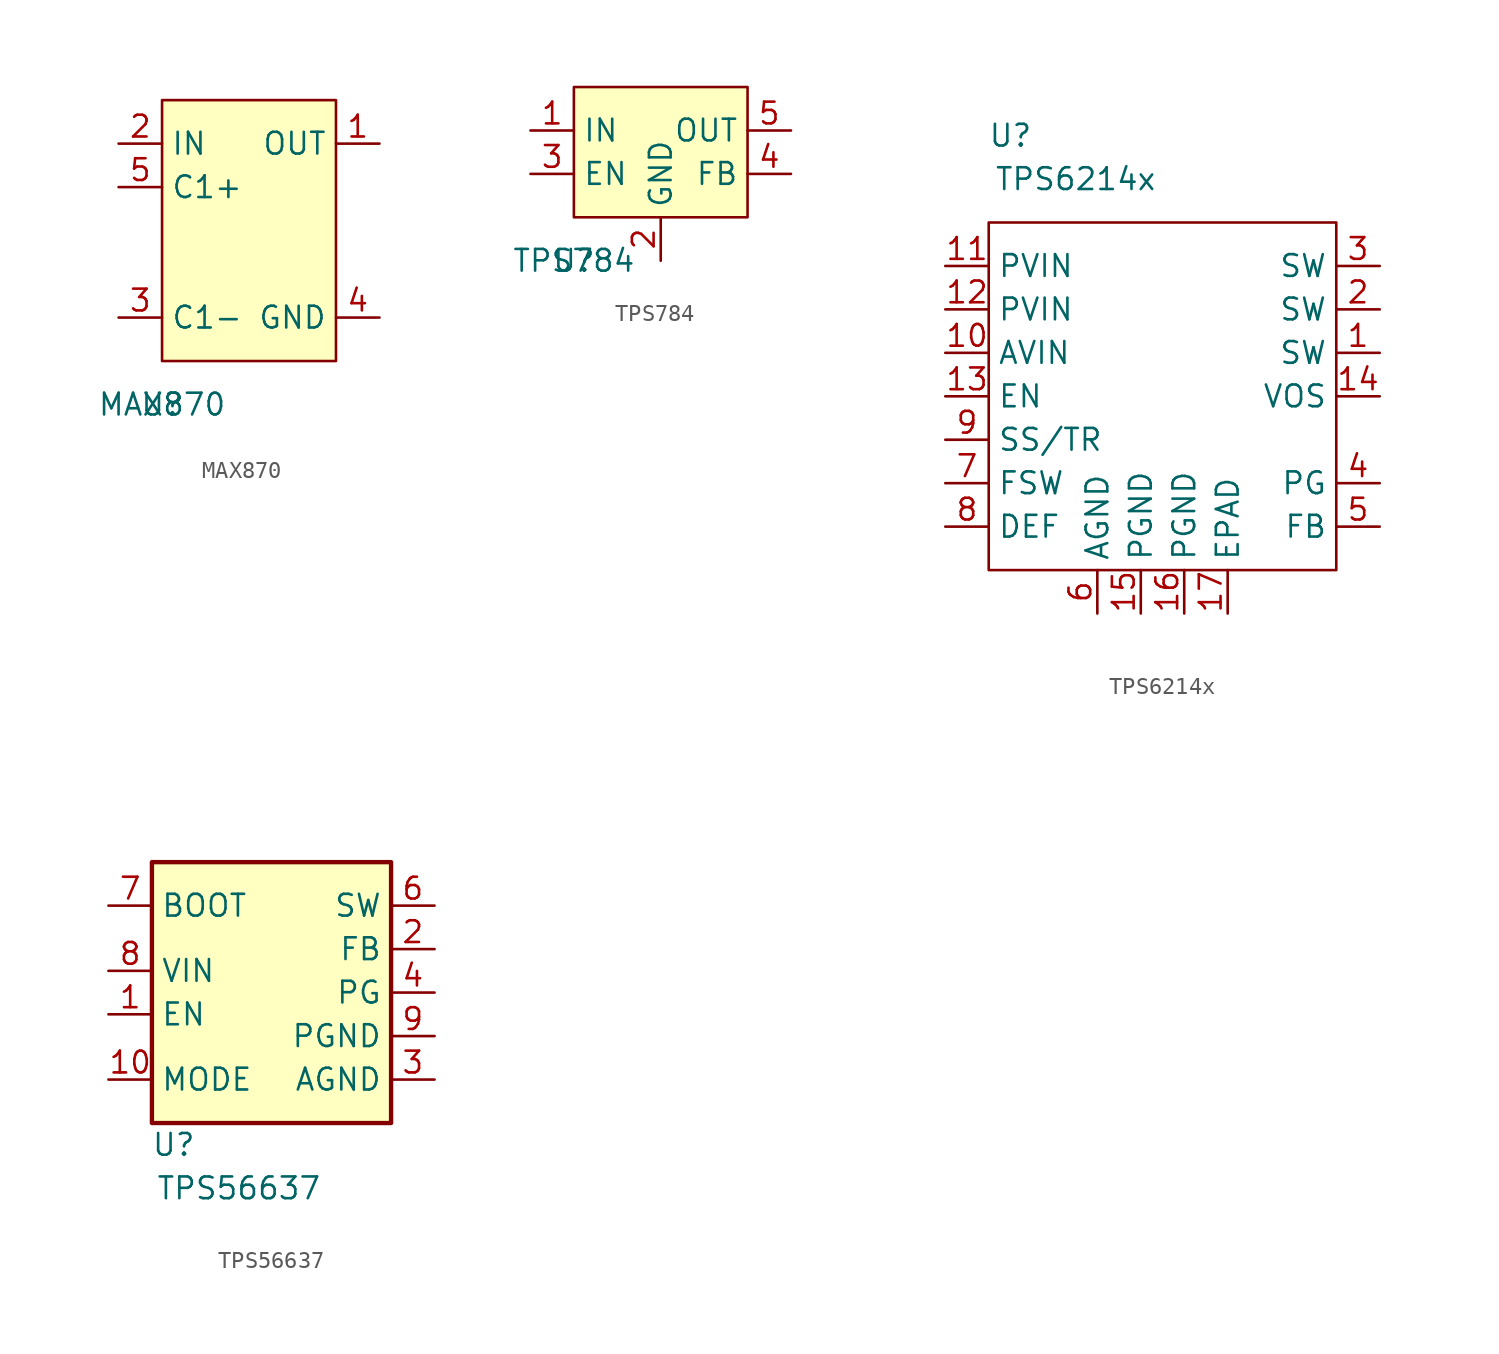
<source format=kicad_sym>
(kicad_symbol_lib
  (version 20211014)
  (generator kicad_symbol_editor)
  (symbol "MAX870"
    (property "Reference" "U"
      (at 0 0 0)
      (effects (font (size 1.27 1.27))))
    (property "Value" "MAX870"
      (at 0 0 0)
      (effects (font (size 1.27 1.27))))
    (symbol "MAX870_1_0"
      (rectangle (start 0 17.78) (end 10.16 2.54) (stroke (width 0) (type default) (color 0 0 0 0)) (fill (type background)))
      (pin output line (at 12.7 15.24 180) (length 2.54) (name "OUT" (effects (font (size 1.27 1.27)))) (number "1" (effects (font (size 1.27 1.27)))))
      (pin input line (at -2.54 15.24 0) (length 2.54) (name "IN" (effects (font (size 1.27 1.27)))) (number "2" (effects (font (size 1.27 1.27)))))
      (pin bidirectional line (at -2.54 5.08 0) (length 2.54) (name "C1-" (effects (font (size 1.27 1.27)))) (number "3" (effects (font (size 1.27 1.27)))))
      (pin power_in line (at 12.7 5.08 180) (length 2.54) (name "GND" (effects (font (size 1.27 1.27)))) (number "4" (effects (font (size 1.27 1.27)))))
      (pin bidirectional line (at -2.54 12.7 0) (length 2.54) (name "C1+" (effects (font (size 1.27 1.27)))) (number "5" (effects (font (size 1.27 1.27)))))))
  (symbol "TPS784"
    (property "Reference" "U"
      (at 0 0 0)
      (effects (font (size 1.27 1.27))))
    (property "Value" "TPS784"
      (at 0 0 0)
      (effects (font (size 1.27 1.27))))
    (symbol "TPS784_1_0"
      (rectangle (start 0 10.16) (end 10.16 2.54) (stroke (width 0) (type default) (color 0 0 0 0)) (fill (type background)))
      (pin input line (at -2.54 7.62 0) (length 2.54) (name "IN" (effects (font (size 1.27 1.27)))) (number "1" (effects (font (size 1.27 1.27)))))
      (pin passive line (at 5.08 0 90) (length 2.54) (name "GND" (effects (font (size 1.27 1.27)))) (number "2" (effects (font (size 1.27 1.27)))))
      (pin input line (at -2.54 5.08 0) (length 2.54) (name "EN" (effects (font (size 1.27 1.27)))) (number "3" (effects (font (size 1.27 1.27)))))
      (pin input line (at 12.7 5.08 180) (length 2.54) (name "FB" (effects (font (size 1.27 1.27)))) (number "4" (effects (font (size 1.27 1.27)))))
      (pin output line (at 12.7 7.62 180) (length 2.54) (name "OUT" (effects (font (size 1.27 1.27)))) (number "5" (effects (font (size 1.27 1.27)))))))
  (symbol "TPS6214x"
    (property "Reference" "U"
      (at 2.54 33.02 0)
      (effects (font (size 1.27 1.27))))
    (property "Value" "TPS6214x"
      (at 6.35 30.48 0)
      (effects (font (size 1.27 1.27))))
    (symbol "TPS6214x_0_0"
      (pin unspecified line (at 24.13 20.32 180) (length 2.54) (name "SW" (effects (font (size 1.27 1.27)))) (number "1" (effects (font (size 1.27 1.27)))))
      (pin unspecified line (at -1.27 20.32 0) (length 2.54) (name "AVIN" (effects (font (size 1.27 1.27)))) (number "10" (effects (font (size 1.27 1.27)))))
      (pin unspecified line (at -1.27 25.4 0) (length 2.54) (name "PVIN" (effects (font (size 1.27 1.27)))) (number "11" (effects (font (size 1.27 1.27)))))
      (pin unspecified line (at -1.27 22.86 0) (length 2.54) (name "PVIN" (effects (font (size 1.27 1.27)))) (number "12" (effects (font (size 1.27 1.27)))))
      (pin unspecified line (at -1.27 17.78 0) (length 2.54) (name "EN" (effects (font (size 1.27 1.27)))) (number "13" (effects (font (size 1.27 1.27)))))
      (pin unspecified line (at 24.13 17.78 180) (length 2.54) (name "VOS" (effects (font (size 1.27 1.27)))) (number "14" (effects (font (size 1.27 1.27)))))
      (pin unspecified line (at 10.16 5.08 90) (length 2.54) (name "PGND" (effects (font (size 1.27 1.27)))) (number "15" (effects (font (size 1.27 1.27)))))
      (pin unspecified line (at 12.7 5.08 90) (length 2.54) (name "PGND" (effects (font (size 1.27 1.27)))) (number "16" (effects (font (size 1.27 1.27)))))
      (pin unspecified line (at 15.24 5.08 90) (length 2.54) (name "EPAD" (effects (font (size 1.27 1.27)))) (number "17" (effects (font (size 1.27 1.27)))))
      (pin unspecified line (at 24.13 22.86 180) (length 2.54) (name "SW" (effects (font (size 1.27 1.27)))) (number "2" (effects (font (size 1.27 1.27)))))
      (pin unspecified line (at 24.13 25.4 180) (length 2.54) (name "SW" (effects (font (size 1.27 1.27)))) (number "3" (effects (font (size 1.27 1.27)))))
      (pin unspecified line (at 24.13 12.7 180) (length 2.54) (name "PG" (effects (font (size 1.27 1.27)))) (number "4" (effects (font (size 1.27 1.27)))))
      (pin unspecified line (at 24.13 10.16 180) (length 2.54) (name "FB" (effects (font (size 1.27 1.27)))) (number "5" (effects (font (size 1.27 1.27)))))
      (pin unspecified line (at 7.62 5.08 90) (length 2.54) (name "AGND" (effects (font (size 1.27 1.27)))) (number "6" (effects (font (size 1.27 1.27)))))
      (pin unspecified line (at -1.27 12.7 0) (length 2.54) (name "FSW" (effects (font (size 1.27 1.27)))) (number "7" (effects (font (size 1.27 1.27)))))
      (pin unspecified line (at -1.27 10.16 0) (length 2.54) (name "DEF" (effects (font (size 1.27 1.27)))) (number "8" (effects (font (size 1.27 1.27)))))
      (pin unspecified line (at -1.27 15.24 0) (length 2.54) (name "SS/TR" (effects (font (size 1.27 1.27)))) (number "9" (effects (font (size 1.27 1.27))))))
    (symbol "TPS6214x_0_1"
      (rectangle (start 1.27 27.94) (end 21.59 7.62) (stroke (width 0) (type default) (color 0 0 0 0)) (fill (type none)))))
  (symbol "TPS56637"
    (property "Reference" "U"
      (at 5.08 0 0)
      (effects (font (size 1.27 1.27))))
    (property "Value" "TPS56637"
      (at 8.89 -2.54 0)
      (effects (font (size 1.27 1.27))))
    (symbol "TPS56637_1_0"
      (rectangle (start 3.81 16.51) (end 17.78 1.27) (stroke (width 0.254) (type default) (color 0 0 0 0)) (fill (type background)))
      (pin input line (at 1.27 7.62 0) (length 2.54) (name "EN" (effects (font (size 1.27 1.27)))) (number "1" (effects (font (size 1.27 1.27)))))
      (pin input line (at 1.27 3.81 0) (length 2.54) (name "MODE" (effects (font (size 1.27 1.27)))) (number "10" (effects (font (size 1.27 1.27)))))
      (pin input line (at 20.32 11.43 180) (length 2.54) (name "FB" (effects (font (size 1.27 1.27)))) (number "2" (effects (font (size 1.27 1.27)))))
      (pin power_in line (at 20.32 3.81 180) (length 2.54) (name "AGND" (effects (font (size 1.27 1.27)))) (number "3" (effects (font (size 1.27 1.27)))))
      (pin output line (at 20.32 8.89 180) (length 2.54) (name "PG" (effects (font (size 1.27 1.27)))) (number "4" (effects (font (size 1.27 1.27)))))
      (pin output line (at 20.32 13.97 180) (length 2.54) (name "SW" (effects (font (size 1.27 1.27)))) (number "6" (effects (font (size 1.27 1.27)))))
      (pin input line (at 1.27 13.97 0) (length 2.54) (name "BOOT" (effects (font (size 1.27 1.27)))) (number "7" (effects (font (size 1.27 1.27)))))
      (pin input line (at 1.27 10.16 0) (length 2.54) (name "VIN" (effects (font (size 1.27 1.27)))) (number "8" (effects (font (size 1.27 1.27)))))
      (pin power_in line (at 20.32 6.35 180) (length 2.54) (name "PGND" (effects (font (size 1.27 1.27)))) (number "9" (effects (font (size 1.27 1.27))))))
    (symbol "TPS56637_1_1"
      (pin no_connect line (at 11.43 19.05 270) (length 2.54) hide (name "NC" (effects (font (size 1.27 1.27)))) (number "5" (effects (font (size 1.27 1.27))))))))
</source>
